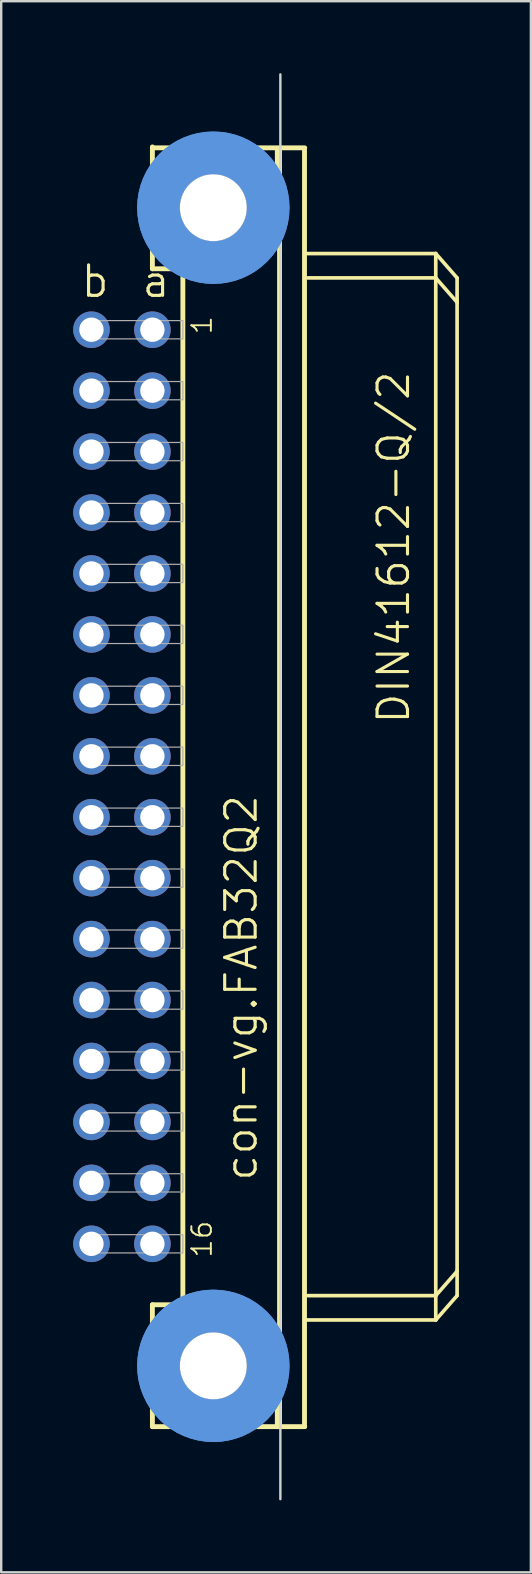
<source format=kicad_pcb>
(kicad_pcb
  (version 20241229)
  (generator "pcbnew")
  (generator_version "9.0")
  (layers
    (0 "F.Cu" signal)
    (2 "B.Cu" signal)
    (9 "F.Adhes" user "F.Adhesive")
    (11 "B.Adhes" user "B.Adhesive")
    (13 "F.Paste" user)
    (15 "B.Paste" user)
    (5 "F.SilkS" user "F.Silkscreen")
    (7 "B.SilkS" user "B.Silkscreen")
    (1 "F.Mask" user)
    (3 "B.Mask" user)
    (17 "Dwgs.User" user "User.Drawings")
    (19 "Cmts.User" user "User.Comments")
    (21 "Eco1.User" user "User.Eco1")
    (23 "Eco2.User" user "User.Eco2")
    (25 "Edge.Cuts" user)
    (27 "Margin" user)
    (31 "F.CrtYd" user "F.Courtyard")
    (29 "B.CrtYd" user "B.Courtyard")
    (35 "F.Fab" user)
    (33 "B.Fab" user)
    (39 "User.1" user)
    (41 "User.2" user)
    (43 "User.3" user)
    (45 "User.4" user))
  (footprint "con-vg.FAB32Q2"
    (layer "F.Cu")
    (at 5.842 29.743)
    (property "Reference" "con-vg.FAB32Q2" (at 1.905 16.51 90) (layer "F.SilkS") (effects (font (size 1.27 1.27) (thickness 0.13)) (justify left bottom)))
    (attr through_hole)
    (fp_line (start -2.54 -26.67) (end -2.54 -26.63) (stroke (width 0.203) (type default)) (layer "F.SilkS"))
    (fp_line (start -2.54 -26.63) (end -2.54 -21.59) (stroke (width 0.203) (type default)) (layer "F.SilkS"))
    (fp_line (start -2.54 -26.63) (end 3.81 -26.63) (stroke (width 0.203) (type default)) (layer "F.SilkS"))
    (fp_line (start -2.54 -21.59) (end -1.27 -21.59) (stroke (width 0.203) (type default)) (layer "F.SilkS"))
    (fp_line (start -2.54 21.59) (end -1.27 21.59) (stroke (width 0.203) (type default)) (layer "F.SilkS"))
    (fp_line (start -2.54 26.67) (end -2.54 21.59) (stroke (width 0.203) (type default)) (layer "F.SilkS"))
    (fp_line (start -2.54 26.67) (end 2.667 26.67) (stroke (width 0.203) (type default)) (layer "F.SilkS"))
    (fp_line (start -1.27 -21.59) (end -1.27 21.59) (stroke (width 0.203) (type default)) (layer "F.SilkS"))
    (fp_line (start -1.27 -21.59) (end 1.27 -21.59) (stroke (width 0.203) (type default)) (layer "F.SilkS"))
    (fp_line (start -1.27 21.59) (end 1.27 21.59) (stroke (width 0.203) (type default)) (layer "F.SilkS"))
    (fp_line (start 1.27 -21.59) (end 2.667 -22.86) (stroke (width 0.203) (type default)) (layer "F.SilkS"))
    (fp_line (start 1.27 21.59) (end 2.667 22.86) (stroke (width 0.203) (type default)) (layer "F.SilkS"))
    (fp_line (start 2.667 -22.86) (end 2.667 -26.543) (stroke (width 0.203) (type default)) (layer "F.SilkS"))
    (fp_line (start 2.667 22.86) (end 2.667 26.67) (stroke (width 0.203) (type default)) (layer "F.SilkS"))
    (fp_line (start 2.667 26.67) (end 3.81 26.67) (stroke (width 0.203) (type default)) (layer "F.SilkS"))
    (fp_line (start 2.76 -26.54) (end 2.76 26.667) (stroke (width 0.203) (type default)) (layer "F.SilkS"))
    (fp_line (start 3.8 26.667) (end 3.8 -26.54) (stroke (width 0.203) (type default)) (layer "F.SilkS"))
    (fp_line (start 3.81 -22.225) (end 9.271 -22.225) (stroke (width 0.152) (type default)) (layer "F.SilkS"))
    (fp_line (start 3.937 21.209) (end 9.271 21.209) (stroke (width 0.152) (type default)) (layer "F.SilkS"))
    (fp_line (start 9.271 -21.209) (end 3.937 -21.209) (stroke (width 0.152) (type default)) (layer "F.SilkS"))
    (fp_line (start 9.271 -21.209) (end 9.271 -22.225) (stroke (width 0.152) (type default)) (layer "F.SilkS"))
    (fp_line (start 9.271 21.209) (end 9.271 -21.209) (stroke (width 0.152) (type default)) (layer "F.SilkS"))
    (fp_line (start 9.271 21.209) (end 10.16 20.193) (stroke (width 0.152) (type default)) (layer "F.SilkS"))
    (fp_line (start 9.271 22.225) (end 3.81 22.225) (stroke (width 0.152) (type default)) (layer "F.SilkS"))
    (fp_line (start 9.271 22.225) (end 9.271 21.209) (stroke (width 0.152) (type default)) (layer "F.SilkS"))
    (fp_line (start 9.271 22.225) (end 10.16 21.209) (stroke (width 0.152) (type default)) (layer "F.SilkS"))
    (fp_line (start 10.16 -21.209) (end 9.271 -22.225) (stroke (width 0.152) (type default)) (layer "F.SilkS"))
    (fp_line (start 10.16 -20.193) (end 9.271 -21.209) (stroke (width 0.152) (type default)) (layer "F.SilkS"))
    (fp_line (start 10.16 -20.193) (end 10.16 -21.209) (stroke (width 0.152) (type default)) (layer "F.SilkS"))
    (fp_line (start 10.16 20.193) (end 10.16 -20.193) (stroke (width 0.152) (type default)) (layer "F.SilkS"))
    (fp_line (start 10.16 21.209) (end 10.16 20.193) (stroke (width 0.152) (type default)) (layer "F.SilkS"))
    (fp_circle (center 0 -24.136) (end 1.27 -24.136) (stroke (width 0.152) (type default)) (fill no) (layer "F.SilkS"))
    (fp_circle (center 0 24.136) (end 1.27 24.136) (stroke (width 0.152) (type default)) (fill no) (layer "F.SilkS"))
    (fp_circle (center 0 -24.136) (end 2.286 -24.136) (stroke (width 1.778) (type default)) (fill no) (layer "Cmts.User"))
    (fp_circle (center 0 -24.136) (end 2.286 -24.136) (stroke (width 1.778) (type default)) (fill no) (layer "Cmts.User"))
    (fp_circle (center 0 24.136) (end 2.286 24.136) (stroke (width 1.778) (type default)) (fill no) (layer "Cmts.User"))
    (fp_circle (center 0 24.136) (end 2.286 24.136) (stroke (width 1.778) (type default)) (fill no) (layer "Cmts.User"))
    (fp_line (start 2.794 29.693) (end 2.794 -29.693) (stroke (width 0.1) (type default)) (layer "Edge.Cuts"))
    (fp_rect (start -5.334 -18.669) (end -1.27 -19.431) (stroke (width 0.05) (type default)) (fill no) (layer "F.Fab"))
    (fp_rect (start -5.334 -16.129) (end -1.27 -16.891) (stroke (width 0.05) (type default)) (fill no) (layer "F.Fab"))
    (fp_rect (start -5.334 -13.589) (end -1.27 -14.351) (stroke (width 0.05) (type default)) (fill no) (layer "F.Fab"))
    (fp_rect (start -5.334 -11.049) (end -1.27 -11.811) (stroke (width 0.05) (type default)) (fill no) (layer "F.Fab"))
    (fp_rect (start -5.334 -8.509) (end -1.27 -9.271) (stroke (width 0.05) (type default)) (fill no) (layer "F.Fab"))
    (fp_rect (start -5.334 -5.969) (end -1.27 -6.731) (stroke (width 0.05) (type default)) (fill no) (layer "F.Fab"))
    (fp_rect (start -5.334 -3.429) (end -1.27 -4.191) (stroke (width 0.05) (type default)) (fill no) (layer "F.Fab"))
    (fp_rect (start -5.334 -0.889) (end -1.27 -1.651) (stroke (width 0.05) (type default)) (fill no) (layer "F.Fab"))
    (fp_rect (start -5.334 1.651) (end -1.27 0.889) (stroke (width 0.05) (type default)) (fill no) (layer "F.Fab"))
    (fp_rect (start -5.334 4.191) (end -1.27 3.429) (stroke (width 0.05) (type default)) (fill no) (layer "F.Fab"))
    (fp_rect (start -5.334 6.731) (end -1.27 5.969) (stroke (width 0.05) (type default)) (fill no) (layer "F.Fab"))
    (fp_rect (start -5.334 9.271) (end -1.27 8.509) (stroke (width 0.05) (type default)) (fill no) (layer "F.Fab"))
    (fp_rect (start -5.334 11.811) (end -1.27 11.049) (stroke (width 0.05) (type default)) (fill no) (layer "F.Fab"))
    (fp_rect (start -5.334 14.351) (end -1.27 13.589) (stroke (width 0.05) (type default)) (fill no) (layer "F.Fab"))
    (fp_rect (start -5.334 16.891) (end -1.27 16.129) (stroke (width 0.05) (type default)) (fill no) (layer "F.Fab"))
    (fp_rect (start -5.334 19.431) (end -1.27 18.669) (stroke (width 0.05) (type default)) (fill no) (layer "F.Fab"))
    (fp_text user "16" (at 0 19.685 90) (layer "F.SilkS") (effects (font (size 0.813 0.813) (thickness 0.08)) (justify left bottom)))
    (fp_text user "DIN41612-Q/2" (at 8.255 -2.54 90) (layer "F.SilkS") (effects (font (size 1.27 1.27) (thickness 0.13)) (justify left bottom)))
    (fp_text user "b" (at -5.588 -20.32 0) (layer "F.SilkS") (effects (font (size 1.27 1.27) (thickness 0.13)) (justify left bottom)))
    (fp_text user "a" (at -3.048 -20.32 0) (layer "F.SilkS") (effects (font (size 1.27 1.27) (thickness 0.13)) (justify left bottom)))
    (fp_text user "1" (at 0 -18.796 90) (layer "F.SilkS") (effects (font (size 0.813 0.813) (thickness 0.08)) (justify left bottom)))
    (pad "" np_thru_hole circle (at 0 -24.136) (size 2.794 2.794) (drill 2.794) (layers "*.Cu" "*.Mask"))
    (pad "" np_thru_hole circle (at 0 24.136) (size 2.794 2.794) (drill 2.794) (layers "*.Cu" "*.Mask"))
    (pad "A1" thru_hole circle (at -2.54 -19.05) (size 1.524 1.524) (drill 1.016) (layers "*.Cu" "*.Mask"))
    (pad "A2" thru_hole circle (at -2.54 -16.51) (size 1.524 1.524) (drill 1.016) (layers "*.Cu" "*.Mask"))
    (pad "A3" thru_hole circle (at -2.54 -13.97) (size 1.524 1.524) (drill 1.016) (layers "*.Cu" "*.Mask"))
    (pad "A4" thru_hole circle (at -2.54 -11.43) (size 1.524 1.524) (drill 1.016) (layers "*.Cu" "*.Mask"))
    (pad "A5" thru_hole circle (at -2.54 -8.89) (size 1.524 1.524) (drill 1.016) (layers "*.Cu" "*.Mask"))
    (pad "A6" thru_hole circle (at -2.54 -6.35) (size 1.524 1.524) (drill 1.016) (layers "*.Cu" "*.Mask"))
    (pad "A7" thru_hole circle (at -2.54 -3.81) (size 1.524 1.524) (drill 1.016) (layers "*.Cu" "*.Mask"))
    (pad "A8" thru_hole circle (at -2.54 -1.27) (size 1.524 1.524) (drill 1.016) (layers "*.Cu" "*.Mask"))
    (pad "A9" thru_hole circle (at -2.54 1.27) (size 1.524 1.524) (drill 1.016) (layers "*.Cu" "*.Mask"))
    (pad "A10" thru_hole circle (at -2.54 3.81) (size 1.524 1.524) (drill 1.016) (layers "*.Cu" "*.Mask"))
    (pad "A11" thru_hole circle (at -2.54 6.35) (size 1.524 1.524) (drill 1.016) (layers "*.Cu" "*.Mask"))
    (pad "A12" thru_hole circle (at -2.54 8.89) (size 1.524 1.524) (drill 1.016) (layers "*.Cu" "*.Mask"))
    (pad "A13" thru_hole circle (at -2.54 11.43) (size 1.524 1.524) (drill 1.016) (layers "*.Cu" "*.Mask"))
    (pad "A14" thru_hole circle (at -2.54 13.97) (size 1.524 1.524) (drill 1.016) (layers "*.Cu" "*.Mask"))
    (pad "A15" thru_hole circle (at -2.54 16.51) (size 1.524 1.524) (drill 1.016) (layers "*.Cu" "*.Mask"))
    (pad "A16" thru_hole circle (at -2.54 19.05) (size 1.524 1.524) (drill 1.016) (layers "*.Cu" "*.Mask"))
    (pad "B1" thru_hole circle (at -5.08 -19.05) (size 1.524 1.524) (drill 1.016) (layers "*.Cu" "*.Mask"))
    (pad "B2" thru_hole circle (at -5.08 -16.51) (size 1.524 1.524) (drill 1.016) (layers "*.Cu" "*.Mask"))
    (pad "B3" thru_hole circle (at -5.08 -13.97) (size 1.524 1.524) (drill 1.016) (layers "*.Cu" "*.Mask"))
    (pad "B4" thru_hole circle (at -5.08 -11.43) (size 1.524 1.524) (drill 1.016) (layers "*.Cu" "*.Mask"))
    (pad "B5" thru_hole circle (at -5.08 -8.89) (size 1.524 1.524) (drill 1.016) (layers "*.Cu" "*.Mask"))
    (pad "B6" thru_hole circle (at -5.08 -6.35) (size 1.524 1.524) (drill 1.016) (layers "*.Cu" "*.Mask"))
    (pad "B7" thru_hole circle (at -5.08 -3.81) (size 1.524 1.524) (drill 1.016) (layers "*.Cu" "*.Mask"))
    (pad "B8" thru_hole circle (at -5.08 -1.27) (size 1.524 1.524) (drill 1.016) (layers "*.Cu" "*.Mask"))
    (pad "B9" thru_hole circle (at -5.08 1.27) (size 1.524 1.524) (drill 1.016) (layers "*.Cu" "*.Mask"))
    (pad "B10" thru_hole circle (at -5.08 3.81) (size 1.524 1.524) (drill 1.016) (layers "*.Cu" "*.Mask"))
    (pad "B11" thru_hole circle (at -5.08 6.35) (size 1.524 1.524) (drill 1.016) (layers "*.Cu" "*.Mask"))
    (pad "B12" thru_hole circle (at -5.08 8.89) (size 1.524 1.524) (drill 1.016) (layers "*.Cu" "*.Mask"))
    (pad "B13" thru_hole circle (at -5.08 11.43) (size 1.524 1.524) (drill 1.016) (layers "*.Cu" "*.Mask"))
    (pad "B14" thru_hole circle (at -5.08 13.97) (size 1.524 1.524) (drill 1.016) (layers "*.Cu" "*.Mask"))
    (pad "B15" thru_hole circle (at -5.08 16.51) (size 1.524 1.524) (drill 1.016) (layers "*.Cu" "*.Mask"))
    (pad "B16" thru_hole circle (at -5.08 19.05) (size 1.524 1.524) (drill 1.016) (layers "*.Cu" "*.Mask")))
  (gr_rect
    (start -3 -3)
    (end 19.078 62.485)
    (stroke (width 0.1) (type default))
    (fill no)
    (layer "Edge.Cuts")))
</source>
